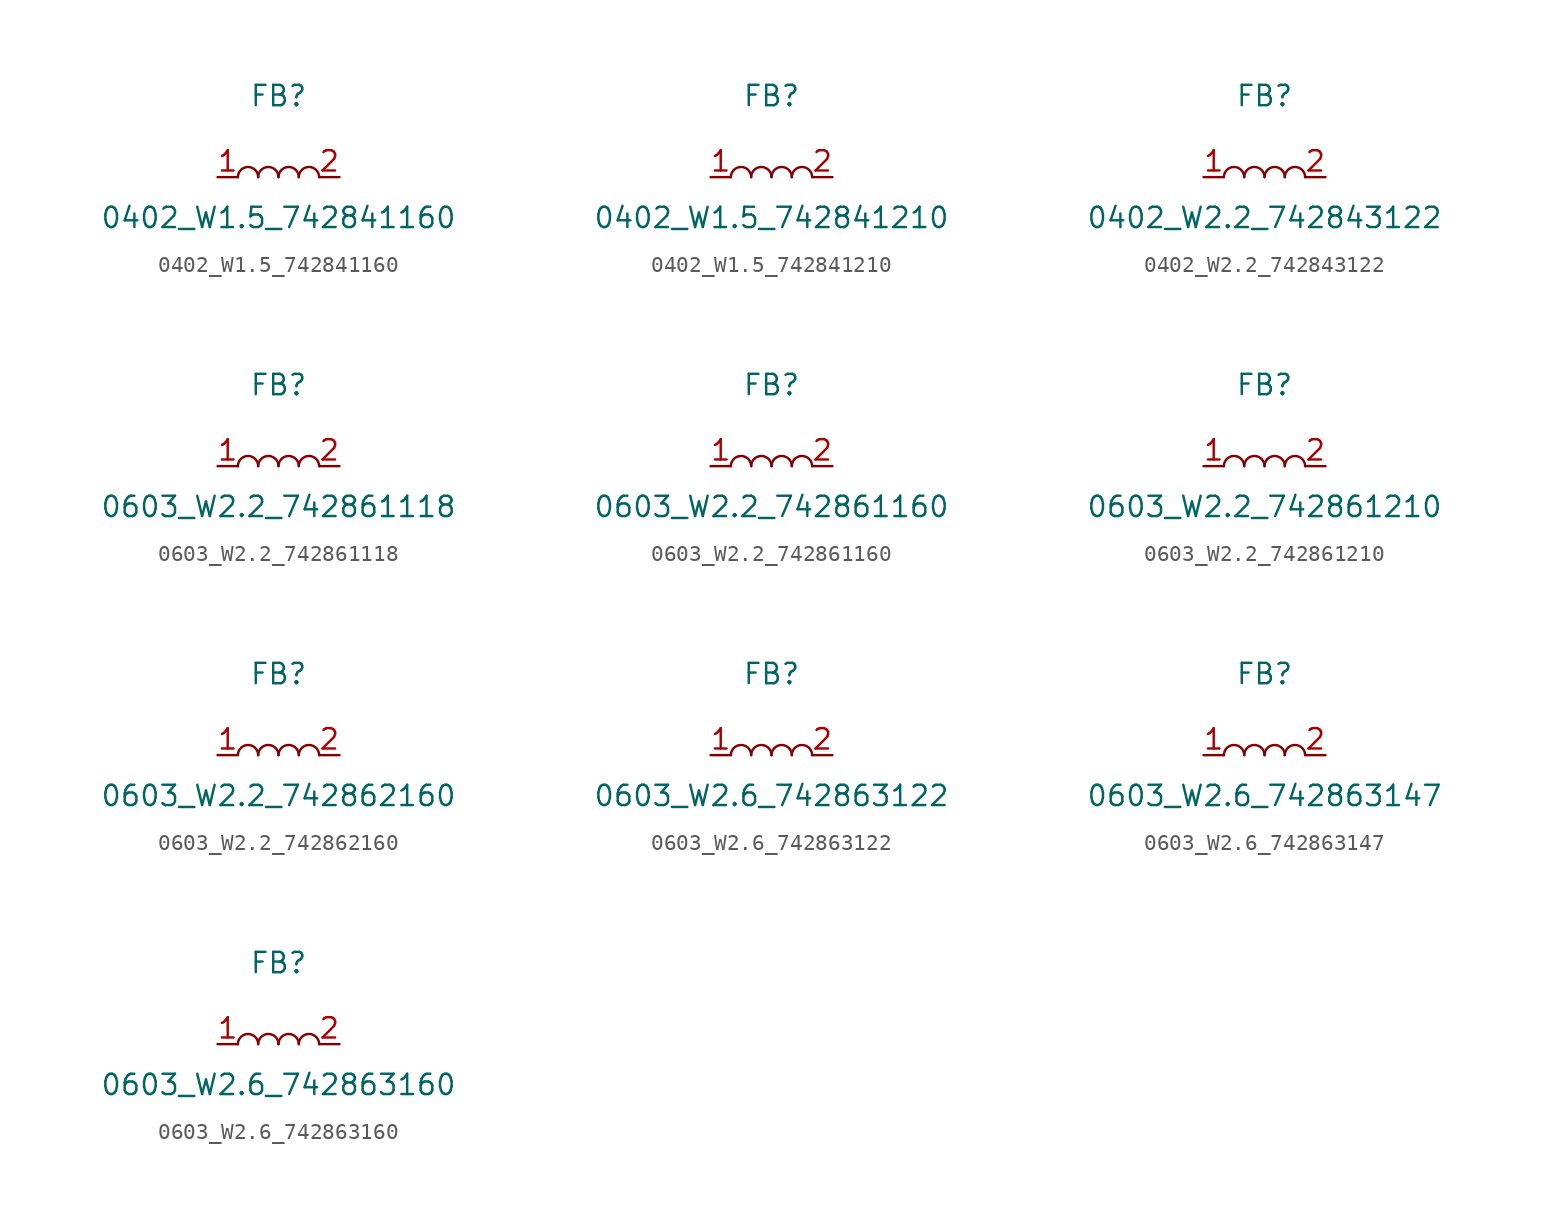
<source format=kicad_sym>
(kicad_symbol_lib
  (version 20220914)
  (generator kicad_symbol_editor)
  (symbol "0402_W1.5_742841160"
    (pin_names hide)
    (property "Reference" "FB"
      (at 0 5.08 0)
      (effects (font (size 1.27 1.27))))
    (property "Value" "0402_W1.5_742841160"
      (at 0 -2.54 0)
      (effects (font (size 1.27 1.27))))
    (symbol "0402_W1.5_742841160_0_1"
      (arc (start -1.27 0) (mid -1.905 0.6323) (end -2.54 0) (stroke (width 0) (type default)) (fill (type none)))
      (arc (start 0 0) (mid -0.635 0.6323) (end -1.27 0) (stroke (width 0) (type default)) (fill (type none)))
      (arc (start 1.27 0) (mid 0.635 0.6323) (end 0 0) (stroke (width 0) (type default)) (fill (type none)))
      (arc (start 2.54 0) (mid 1.905 0.6323) (end 1.27 0) (stroke (width 0) (type default)) (fill (type none))))
    (symbol "0402_W1.5_742841160_1_1"
      (pin passive line (at -3.81 0 0) (length 1.27) (name "1" (effects (font (size 1.27 1.27)))) (number "1" (effects (font (size 1.27 1.27)))))
      (pin passive line (at 3.81 0 180) (length 1.27) (name "2" (effects (font (size 1.27 1.27)))) (number "2" (effects (font (size 1.27 1.27)))))))
  (symbol "0402_W1.5_742841210"
    (pin_names hide)
    (property "Reference" "FB"
      (at 0 5.08 0)
      (effects (font (size 1.27 1.27))))
    (property "Value" "0402_W1.5_742841210"
      (at 0 -2.54 0)
      (effects (font (size 1.27 1.27))))
    (symbol "0402_W1.5_742841210_0_1"
      (arc (start -1.27 0) (mid -1.905 0.6323) (end -2.54 0) (stroke (width 0) (type default)) (fill (type none)))
      (arc (start 0 0) (mid -0.635 0.6323) (end -1.27 0) (stroke (width 0) (type default)) (fill (type none)))
      (arc (start 1.27 0) (mid 0.635 0.6323) (end 0 0) (stroke (width 0) (type default)) (fill (type none)))
      (arc (start 2.54 0) (mid 1.905 0.6323) (end 1.27 0) (stroke (width 0) (type default)) (fill (type none))))
    (symbol "0402_W1.5_742841210_1_1"
      (pin passive line (at -3.81 0 0) (length 1.27) (name "1" (effects (font (size 1.27 1.27)))) (number "1" (effects (font (size 1.27 1.27)))))
      (pin passive line (at 3.81 0 180) (length 1.27) (name "2" (effects (font (size 1.27 1.27)))) (number "2" (effects (font (size 1.27 1.27)))))))
  (symbol "0402_W2.2_742843122"
    (pin_names hide)
    (property "Reference" "FB"
      (at 0 5.08 0)
      (effects (font (size 1.27 1.27))))
    (property "Value" "0402_W2.2_742843122"
      (at 0 -2.54 0)
      (effects (font (size 1.27 1.27))))
    (symbol "0402_W2.2_742843122_0_1"
      (arc (start -1.27 0) (mid -1.905 0.6323) (end -2.54 0) (stroke (width 0) (type default)) (fill (type none)))
      (arc (start 0 0) (mid -0.635 0.6323) (end -1.27 0) (stroke (width 0) (type default)) (fill (type none)))
      (arc (start 1.27 0) (mid 0.635 0.6323) (end 0 0) (stroke (width 0) (type default)) (fill (type none)))
      (arc (start 2.54 0) (mid 1.905 0.6323) (end 1.27 0) (stroke (width 0) (type default)) (fill (type none))))
    (symbol "0402_W2.2_742843122_1_1"
      (pin passive line (at -3.81 0 0) (length 1.27) (name "1" (effects (font (size 1.27 1.27)))) (number "1" (effects (font (size 1.27 1.27)))))
      (pin passive line (at 3.81 0 180) (length 1.27) (name "2" (effects (font (size 1.27 1.27)))) (number "2" (effects (font (size 1.27 1.27)))))))
  (symbol "0603_W2.2_742861118"
    (pin_names hide)
    (property "Reference" "FB"
      (at 0 5.08 0)
      (effects (font (size 1.27 1.27))))
    (property "Value" "0603_W2.2_742861118"
      (at 0 -2.54 0)
      (effects (font (size 1.27 1.27))))
    (symbol "0603_W2.2_742861118_0_1"
      (arc (start -1.27 0) (mid -1.905 0.6323) (end -2.54 0) (stroke (width 0) (type default)) (fill (type none)))
      (arc (start 0 0) (mid -0.635 0.6323) (end -1.27 0) (stroke (width 0) (type default)) (fill (type none)))
      (arc (start 1.27 0) (mid 0.635 0.6323) (end 0 0) (stroke (width 0) (type default)) (fill (type none)))
      (arc (start 2.54 0) (mid 1.905 0.6323) (end 1.27 0) (stroke (width 0) (type default)) (fill (type none))))
    (symbol "0603_W2.2_742861118_1_1"
      (pin passive line (at -3.81 0 0) (length 1.27) (name "1" (effects (font (size 1.27 1.27)))) (number "1" (effects (font (size 1.27 1.27)))))
      (pin passive line (at 3.81 0 180) (length 1.27) (name "2" (effects (font (size 1.27 1.27)))) (number "2" (effects (font (size 1.27 1.27)))))))
  (symbol "0603_W2.2_742861160"
    (pin_names hide)
    (property "Reference" "FB"
      (at 0 5.08 0)
      (effects (font (size 1.27 1.27))))
    (property "Value" "0603_W2.2_742861160"
      (at 0 -2.54 0)
      (effects (font (size 1.27 1.27))))
    (symbol "0603_W2.2_742861160_0_1"
      (arc (start -1.27 0) (mid -1.905 0.6323) (end -2.54 0) (stroke (width 0) (type default)) (fill (type none)))
      (arc (start 0 0) (mid -0.635 0.6323) (end -1.27 0) (stroke (width 0) (type default)) (fill (type none)))
      (arc (start 1.27 0) (mid 0.635 0.6323) (end 0 0) (stroke (width 0) (type default)) (fill (type none)))
      (arc (start 2.54 0) (mid 1.905 0.6323) (end 1.27 0) (stroke (width 0) (type default)) (fill (type none))))
    (symbol "0603_W2.2_742861160_1_1"
      (pin passive line (at -3.81 0 0) (length 1.27) (name "1" (effects (font (size 1.27 1.27)))) (number "1" (effects (font (size 1.27 1.27)))))
      (pin passive line (at 3.81 0 180) (length 1.27) (name "2" (effects (font (size 1.27 1.27)))) (number "2" (effects (font (size 1.27 1.27)))))))
  (symbol "0603_W2.2_742861210"
    (pin_names hide)
    (property "Reference" "FB"
      (at 0 5.08 0)
      (effects (font (size 1.27 1.27))))
    (property "Value" "0603_W2.2_742861210"
      (at 0 -2.54 0)
      (effects (font (size 1.27 1.27))))
    (symbol "0603_W2.2_742861210_0_1"
      (arc (start -1.27 0) (mid -1.905 0.6323) (end -2.54 0) (stroke (width 0) (type default)) (fill (type none)))
      (arc (start 0 0) (mid -0.635 0.6323) (end -1.27 0) (stroke (width 0) (type default)) (fill (type none)))
      (arc (start 1.27 0) (mid 0.635 0.6323) (end 0 0) (stroke (width 0) (type default)) (fill (type none)))
      (arc (start 2.54 0) (mid 1.905 0.6323) (end 1.27 0) (stroke (width 0) (type default)) (fill (type none))))
    (symbol "0603_W2.2_742861210_1_1"
      (pin passive line (at -3.81 0 0) (length 1.27) (name "1" (effects (font (size 1.27 1.27)))) (number "1" (effects (font (size 1.27 1.27)))))
      (pin passive line (at 3.81 0 180) (length 1.27) (name "2" (effects (font (size 1.27 1.27)))) (number "2" (effects (font (size 1.27 1.27)))))))
  (symbol "0603_W2.2_742862160"
    (pin_names hide)
    (property "Reference" "FB"
      (at 0 5.08 0)
      (effects (font (size 1.27 1.27))))
    (property "Value" "0603_W2.2_742862160"
      (at 0 -2.54 0)
      (effects (font (size 1.27 1.27))))
    (symbol "0603_W2.2_742862160_0_1"
      (arc (start -1.27 0) (mid -1.905 0.6323) (end -2.54 0) (stroke (width 0) (type default)) (fill (type none)))
      (arc (start 0 0) (mid -0.635 0.6323) (end -1.27 0) (stroke (width 0) (type default)) (fill (type none)))
      (arc (start 1.27 0) (mid 0.635 0.6323) (end 0 0) (stroke (width 0) (type default)) (fill (type none)))
      (arc (start 2.54 0) (mid 1.905 0.6323) (end 1.27 0) (stroke (width 0) (type default)) (fill (type none))))
    (symbol "0603_W2.2_742862160_1_1"
      (pin passive line (at -3.81 0 0) (length 1.27) (name "1" (effects (font (size 1.27 1.27)))) (number "1" (effects (font (size 1.27 1.27)))))
      (pin passive line (at 3.81 0 180) (length 1.27) (name "2" (effects (font (size 1.27 1.27)))) (number "2" (effects (font (size 1.27 1.27)))))))
  (symbol "0603_W2.6_742863122"
    (pin_names hide)
    (property "Reference" "FB"
      (at 0 5.08 0)
      (effects (font (size 1.27 1.27))))
    (property "Value" "0603_W2.6_742863122"
      (at 0 -2.54 0)
      (effects (font (size 1.27 1.27))))
    (symbol "0603_W2.6_742863122_0_1"
      (arc (start -1.27 0) (mid -1.905 0.6323) (end -2.54 0) (stroke (width 0) (type default)) (fill (type none)))
      (arc (start 0 0) (mid -0.635 0.6323) (end -1.27 0) (stroke (width 0) (type default)) (fill (type none)))
      (arc (start 1.27 0) (mid 0.635 0.6323) (end 0 0) (stroke (width 0) (type default)) (fill (type none)))
      (arc (start 2.54 0) (mid 1.905 0.6323) (end 1.27 0) (stroke (width 0) (type default)) (fill (type none))))
    (symbol "0603_W2.6_742863122_1_1"
      (pin passive line (at -3.81 0 0) (length 1.27) (name "1" (effects (font (size 1.27 1.27)))) (number "1" (effects (font (size 1.27 1.27)))))
      (pin passive line (at 3.81 0 180) (length 1.27) (name "2" (effects (font (size 1.27 1.27)))) (number "2" (effects (font (size 1.27 1.27)))))))
  (symbol "0603_W2.6_742863147"
    (pin_names hide)
    (property "Reference" "FB"
      (at 0 5.08 0)
      (effects (font (size 1.27 1.27))))
    (property "Value" "0603_W2.6_742863147"
      (at 0 -2.54 0)
      (effects (font (size 1.27 1.27))))
    (symbol "0603_W2.6_742863147_0_1"
      (arc (start -1.27 0) (mid -1.905 0.6323) (end -2.54 0) (stroke (width 0) (type default)) (fill (type none)))
      (arc (start 0 0) (mid -0.635 0.6323) (end -1.27 0) (stroke (width 0) (type default)) (fill (type none)))
      (arc (start 1.27 0) (mid 0.635 0.6323) (end 0 0) (stroke (width 0) (type default)) (fill (type none)))
      (arc (start 2.54 0) (mid 1.905 0.6323) (end 1.27 0) (stroke (width 0) (type default)) (fill (type none))))
    (symbol "0603_W2.6_742863147_1_1"
      (pin passive line (at -3.81 0 0) (length 1.27) (name "1" (effects (font (size 1.27 1.27)))) (number "1" (effects (font (size 1.27 1.27)))))
      (pin passive line (at 3.81 0 180) (length 1.27) (name "2" (effects (font (size 1.27 1.27)))) (number "2" (effects (font (size 1.27 1.27)))))))
  (symbol "0603_W2.6_742863160"
    (pin_names hide)
    (property "Reference" "FB"
      (at 0 5.08 0)
      (effects (font (size 1.27 1.27))))
    (property "Value" "0603_W2.6_742863160"
      (at 0 -2.54 0)
      (effects (font (size 1.27 1.27))))
    (symbol "0603_W2.6_742863160_0_1"
      (arc (start -1.27 0) (mid -1.905 0.6323) (end -2.54 0) (stroke (width 0) (type default)) (fill (type none)))
      (arc (start 0 0) (mid -0.635 0.6323) (end -1.27 0) (stroke (width 0) (type default)) (fill (type none)))
      (arc (start 1.27 0) (mid 0.635 0.6323) (end 0 0) (stroke (width 0) (type default)) (fill (type none)))
      (arc (start 2.54 0) (mid 1.905 0.6323) (end 1.27 0) (stroke (width 0) (type default)) (fill (type none))))
    (symbol "0603_W2.6_742863160_1_1"
      (pin passive line (at -3.81 0 0) (length 1.27) (name "1" (effects (font (size 1.27 1.27)))) (number "1" (effects (font (size 1.27 1.27)))))
      (pin passive line (at 3.81 0 180) (length 1.27) (name "2" (effects (font (size 1.27 1.27)))) (number "2" (effects (font (size 1.27 1.27))))))))
</source>
